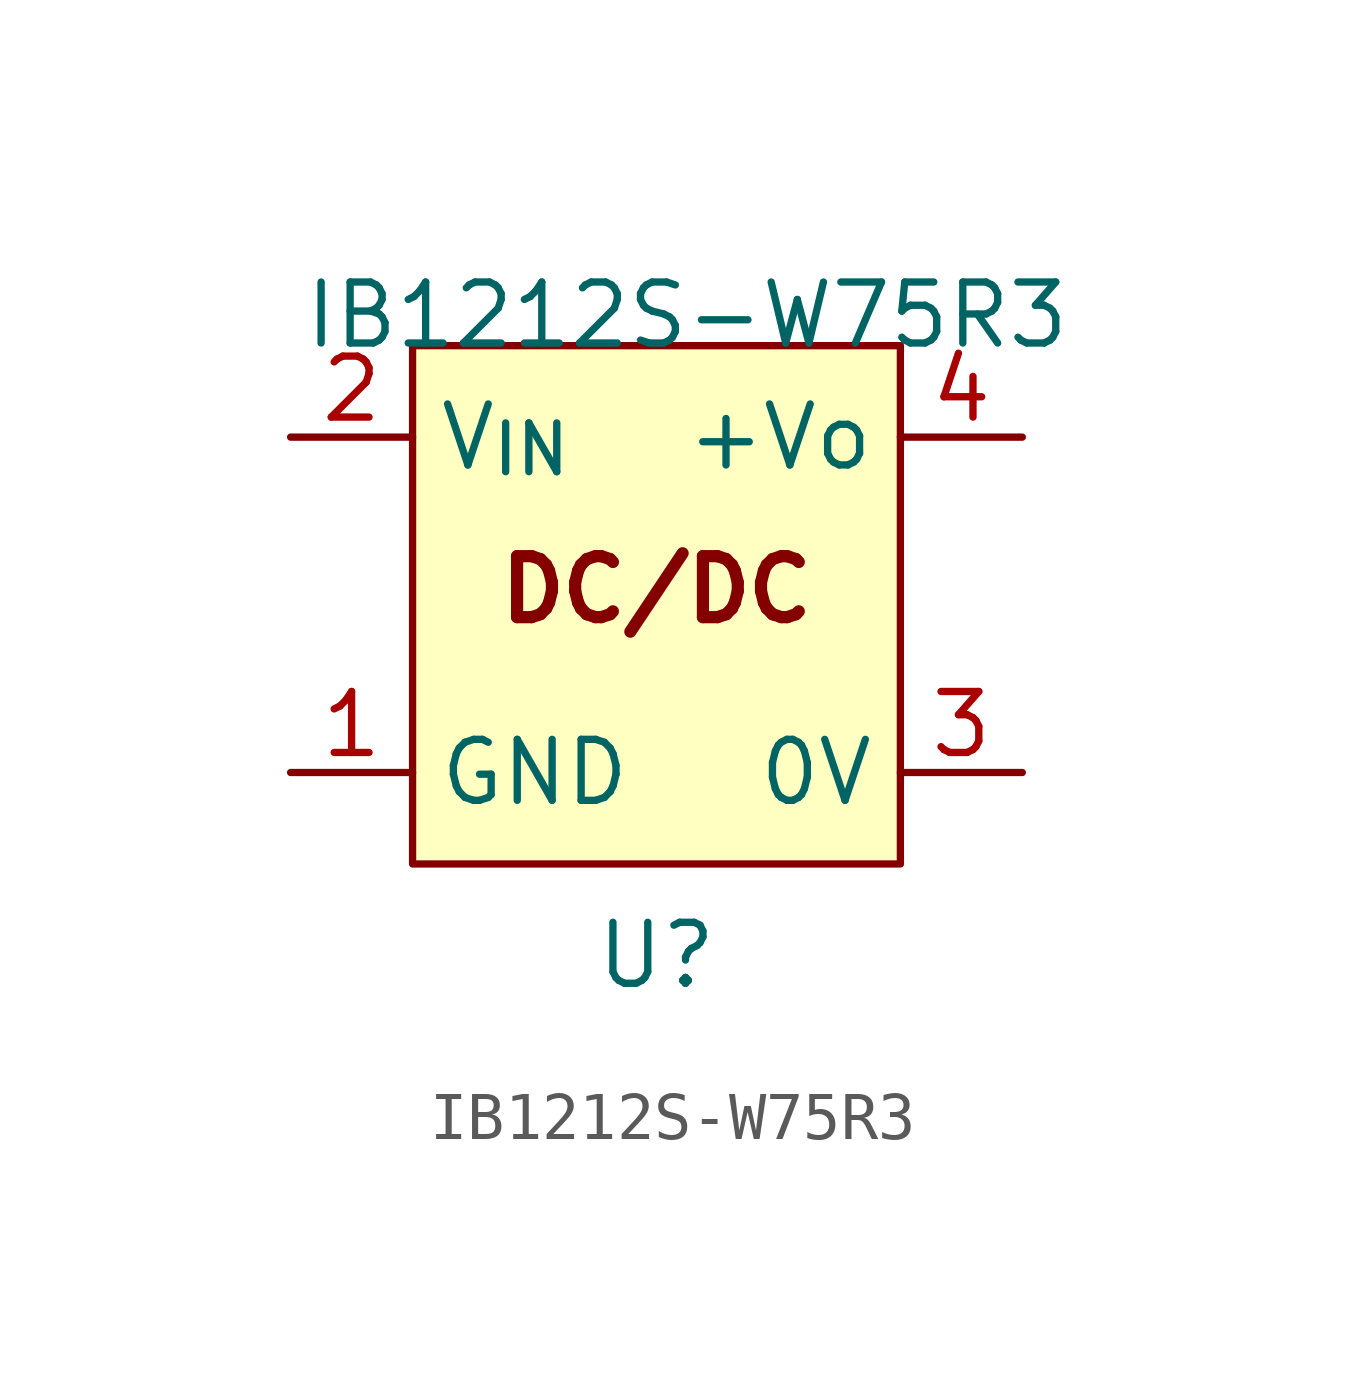
<source format=kicad_sym>
(kicad_symbol_lib
  (version 20220914)
  (generator kicad_symbol_editor)
  (symbol "IB1212S-W75R3"
    (property "Reference" "U"
      (at 0 -7.62 0)
      (effects (font (size 1.27 1.27))))
    (property "Value" "IB1212S-W75R3"
      (at 0.635 5.715 0)
      (effects (font (size 1.27 1.27))))
    (symbol "IB1212S-W75R3_1_1"
      (rectangle (start -5.08 5.08) (end 5.08 -5.715) (stroke (width 0) (type default)) (fill (type background)))
      (text "DC/DC" (at 0 0 0) (effects (font (size 1.27 1.27) bold)))
      (pin power_in line (at -7.62 -3.81 0) (length 2.54) (name "GND" (effects (font (size 1.27 1.27)))) (number "1" (effects (font (size 1.27 1.27)))))
      (pin power_in line (at -7.62 3.175 0) (length 2.54) (name "V_{IN}" (effects (font (size 1.27 1.27)))) (number "2" (effects (font (size 1.27 1.27)))))
      (pin power_in line (at 7.62 -3.81 180) (length 2.54) (name "0V" (effects (font (size 1.27 1.27)))) (number "3" (effects (font (size 1.27 1.27)))))
      (pin power_in line (at 7.62 3.175 180) (length 2.54) (name "+Vo" (effects (font (size 1.27 1.27)))) (number "4" (effects (font (size 1.27 1.27))))))))
</source>
